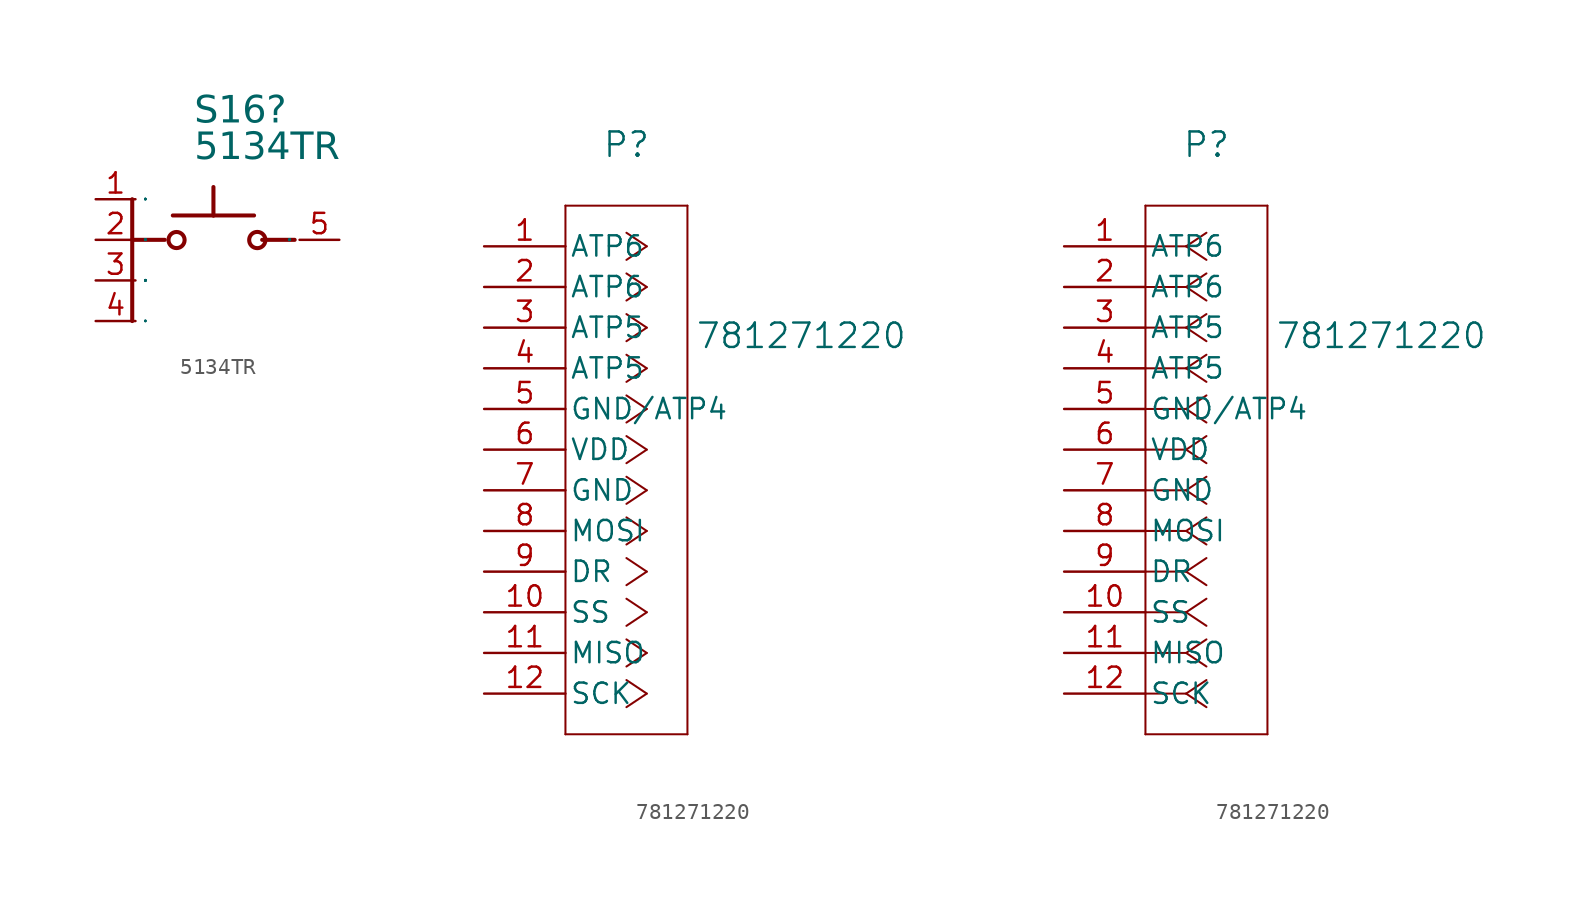
<source format=kicad_sym>
(kicad_symbol_lib
  (version 20241209)
  (generator "kicad_symbol_editor")
  (generator_version "9.0")
  (symbol "5134TR"
    (property "Reference" "S16"
      (at -1.448 9.792 0)
      (effects (font (face "Arial") (size 1.689 1.689)) (justify left top)))
    (property "Value" "5134TR"
      (at -1.448 7.506 0)
      (effects (font (face "Arial") (size 1.689 1.689)) (justify left top)))
    (symbol "5134TR_0_0"
      (polyline (pts (xy -5.334 3.302) (xy -5.334 -4.318)) (stroke (width 0.254) (type solid)) (fill (type none)))
      (polyline (pts (xy -5.334 0.762) (xy -3.302 0.762)) (stroke (width 0.254) (type solid)) (fill (type none)))
      (polyline (pts (xy -2.794 2.286) (xy -0.254 2.286)) (stroke (width 0.254) (type solid)) (fill (type none)))
      (arc (start -2.0574 0.7366) (mid -3.0738 0.7493) (end -2.0574 0.762) (stroke (width 0.254) (type solid)) (fill (type none)))
      (polyline (pts (xy -0.254 2.286) (xy -0.254 4.064)) (stroke (width 0.254) (type solid)) (fill (type none)))
      (polyline (pts (xy -0.254 2.286) (xy 2.286 2.286)) (stroke (width 0.254) (type solid)) (fill (type none)))
      (arc (start 2.9972 0.7366) (mid 1.9826 0.7507) (end 2.9972 0.762) (stroke (width 0.254) (type solid)) (fill (type none)))
      (polyline (pts (xy 4.826 0.762) (xy 2.794 0.762)) (stroke (width 0.254) (type solid)) (fill (type none)))
      (pin bidirectional line (at -7.62 3.302 0) (length 2.489) (name "1" (effects (font (size 0.025 0.025)))) (number "1" (effects (font (size 1.27 1.27)))))
      (pin bidirectional line (at -7.62 0.762 0) (length 2.489) (name "2" (effects (font (size 0.025 0.025)))) (number "2" (effects (font (size 1.27 1.27)))))
      (pin bidirectional line (at -7.62 -1.778 0) (length 2.489) (name "3" (effects (font (size 0.025 0.025)))) (number "3" (effects (font (size 1.27 1.27)))))
      (pin bidirectional line (at -7.62 -4.318 0) (length 2.489) (name "4" (effects (font (size 0.025 0.025)))) (number "4" (effects (font (size 1.27 1.27)))))
      (pin bidirectional line (at 7.62 0.762 180) (length 2.489) (name "5" (effects (font (size 0.025 0.025)))) (number "5" (effects (font (size 1.27 1.27)))))))
  (symbol "781271220"
    (pin_names
      (offset 0.254))
    (property "Reference" "P"
      (at 8.89 6.35 0)
      (effects (font (size 1.524 1.524))))
    (property "Value" "781271220"
      (at 19.812 -5.588 0)
      (effects (font (size 1.524 1.524))))
    (symbol "781271220_1_1"
      (polyline (pts (xy 5.08 2.54) (xy 5.08 -30.48)) (stroke (width 0.127) (type default)) (fill (type none)))
      (polyline (pts (xy 5.08 -30.48) (xy 12.7 -30.48)) (stroke (width 0.127) (type default)) (fill (type none)))
      (polyline (pts (xy 10.16 0) (xy 8.89 0.847)) (stroke (width 0.127) (type default)) (fill (type none)))
      (polyline (pts (xy 10.16 0) (xy 8.89 -0.847)) (stroke (width 0.127) (type default)) (fill (type none)))
      (polyline (pts (xy 10.16 -2.54) (xy 8.89 -1.693)) (stroke (width 0.127) (type default)) (fill (type none)))
      (polyline (pts (xy 10.16 -2.54) (xy 8.89 -3.387)) (stroke (width 0.127) (type default)) (fill (type none)))
      (polyline (pts (xy 10.16 -5.08) (xy 8.89 -4.233)) (stroke (width 0.127) (type default)) (fill (type none)))
      (polyline (pts (xy 10.16 -5.08) (xy 8.89 -5.927)) (stroke (width 0.127) (type default)) (fill (type none)))
      (polyline (pts (xy 10.16 -7.62) (xy 8.89 -6.773)) (stroke (width 0.127) (type default)) (fill (type none)))
      (polyline (pts (xy 10.16 -7.62) (xy 8.89 -8.467)) (stroke (width 0.127) (type default)) (fill (type none)))
      (polyline (pts (xy 10.16 -10.16) (xy 8.89 -9.313)) (stroke (width 0.127) (type default)) (fill (type none)))
      (polyline (pts (xy 10.16 -10.16) (xy 8.89 -11.007)) (stroke (width 0.127) (type default)) (fill (type none)))
      (polyline (pts (xy 10.16 -12.7) (xy 8.89 -11.853)) (stroke (width 0.127) (type default)) (fill (type none)))
      (polyline (pts (xy 10.16 -12.7) (xy 8.89 -13.547)) (stroke (width 0.127) (type default)) (fill (type none)))
      (polyline (pts (xy 10.16 -15.24) (xy 8.89 -14.393)) (stroke (width 0.127) (type default)) (fill (type none)))
      (polyline (pts (xy 10.16 -15.24) (xy 8.89 -16.087)) (stroke (width 0.127) (type default)) (fill (type none)))
      (polyline (pts (xy 10.16 -17.78) (xy 8.89 -16.933)) (stroke (width 0.127) (type default)) (fill (type none)))
      (polyline (pts (xy 10.16 -17.78) (xy 8.89 -18.627)) (stroke (width 0.127) (type default)) (fill (type none)))
      (polyline (pts (xy 10.16 -20.32) (xy 8.89 -19.473)) (stroke (width 0.127) (type default)) (fill (type none)))
      (polyline (pts (xy 10.16 -20.32) (xy 8.89 -21.167)) (stroke (width 0.127) (type default)) (fill (type none)))
      (polyline (pts (xy 10.16 -22.86) (xy 8.89 -22.013)) (stroke (width 0.127) (type default)) (fill (type none)))
      (polyline (pts (xy 10.16 -22.86) (xy 8.89 -23.707)) (stroke (width 0.127) (type default)) (fill (type none)))
      (polyline (pts (xy 10.16 -25.4) (xy 8.89 -24.553)) (stroke (width 0.127) (type default)) (fill (type none)))
      (polyline (pts (xy 10.16 -25.4) (xy 8.89 -26.247)) (stroke (width 0.127) (type default)) (fill (type none)))
      (polyline (pts (xy 10.16 -27.94) (xy 8.89 -27.093)) (stroke (width 0.127) (type default)) (fill (type none)))
      (polyline (pts (xy 10.16 -27.94) (xy 8.89 -28.787)) (stroke (width 0.127) (type default)) (fill (type none)))
      (polyline (pts (xy 12.7 2.54) (xy 5.08 2.54)) (stroke (width 0.127) (type default)) (fill (type none)))
      (polyline (pts (xy 12.7 -30.48) (xy 12.7 2.54)) (stroke (width 0.127) (type default)) (fill (type none)))
      (pin unspecified line (at 0 0 0) (length 5.08) (name "ATP6" (effects (font (size 1.27 1.27)))) (number "1" (effects (font (size 1.27 1.27)))))
      (pin unspecified line (at 0 -2.54 0) (length 5.08) (name "ATP6" (effects (font (size 1.27 1.27)))) (number "2" (effects (font (size 1.27 1.27)))))
      (pin unspecified line (at 0 -5.08 0) (length 5.08) (name "ATP5" (effects (font (size 1.27 1.27)))) (number "3" (effects (font (size 1.27 1.27)))))
      (pin unspecified line (at 0 -7.62 0) (length 5.08) (name "ATP5" (effects (font (size 1.27 1.27)))) (number "4" (effects (font (size 1.27 1.27)))))
      (pin unspecified line (at 0 -10.16 0) (length 5.08) (name "GND/ATP4" (effects (font (size 1.27 1.27)))) (number "5" (effects (font (size 1.27 1.27)))))
      (pin unspecified line (at 0 -12.7 0) (length 5.08) (name "VDD" (effects (font (size 1.27 1.27)))) (number "6" (effects (font (size 1.27 1.27)))))
      (pin unspecified line (at 0 -15.24 0) (length 5.08) (name "GND" (effects (font (size 1.27 1.27)))) (number "7" (effects (font (size 1.27 1.27)))))
      (pin unspecified line (at 0 -17.78 0) (length 5.08) (name "MOSI" (effects (font (size 1.27 1.27)))) (number "8" (effects (font (size 1.27 1.27)))))
      (pin unspecified line (at 0 -20.32 0) (length 5.08) (name "DR" (effects (font (size 1.27 1.27)))) (number "9" (effects (font (size 1.27 1.27)))))
      (pin unspecified line (at 0 -22.86 0) (length 5.08) (name "SS" (effects (font (size 1.27 1.27)))) (number "10" (effects (font (size 1.27 1.27)))))
      (pin unspecified line (at 0 -25.4 0) (length 5.08) (name "MISO" (effects (font (size 1.27 1.27)))) (number "11" (effects (font (size 1.27 1.27)))))
      (pin unspecified line (at 0 -27.94 0) (length 5.08) (name "SCK" (effects (font (size 1.27 1.27)))) (number "12" (effects (font (size 1.27 1.27))))))
    (symbol "781271220_1_2"
      (polyline (pts (xy 5.08 2.54) (xy 5.08 -30.48)) (stroke (width 0.127) (type default)) (fill (type none)))
      (polyline (pts (xy 5.08 -30.48) (xy 12.7 -30.48)) (stroke (width 0.127) (type default)) (fill (type none)))
      (polyline (pts (xy 7.62 0) (xy 5.08 0)) (stroke (width 0.127) (type default)) (fill (type none)))
      (polyline (pts (xy 7.62 0) (xy 8.89 0.847)) (stroke (width 0.127) (type default)) (fill (type none)))
      (polyline (pts (xy 7.62 0) (xy 8.89 -0.847)) (stroke (width 0.127) (type default)) (fill (type none)))
      (polyline (pts (xy 7.62 -2.54) (xy 5.08 -2.54)) (stroke (width 0.127) (type default)) (fill (type none)))
      (polyline (pts (xy 7.62 -2.54) (xy 8.89 -1.693)) (stroke (width 0.127) (type default)) (fill (type none)))
      (polyline (pts (xy 7.62 -2.54) (xy 8.89 -3.387)) (stroke (width 0.127) (type default)) (fill (type none)))
      (polyline (pts (xy 7.62 -5.08) (xy 5.08 -5.08)) (stroke (width 0.127) (type default)) (fill (type none)))
      (polyline (pts (xy 7.62 -5.08) (xy 8.89 -4.233)) (stroke (width 0.127) (type default)) (fill (type none)))
      (polyline (pts (xy 7.62 -5.08) (xy 8.89 -5.927)) (stroke (width 0.127) (type default)) (fill (type none)))
      (polyline (pts (xy 7.62 -7.62) (xy 5.08 -7.62)) (stroke (width 0.127) (type default)) (fill (type none)))
      (polyline (pts (xy 7.62 -7.62) (xy 8.89 -6.773)) (stroke (width 0.127) (type default)) (fill (type none)))
      (polyline (pts (xy 7.62 -7.62) (xy 8.89 -8.467)) (stroke (width 0.127) (type default)) (fill (type none)))
      (polyline (pts (xy 7.62 -10.16) (xy 5.08 -10.16)) (stroke (width 0.127) (type default)) (fill (type none)))
      (polyline (pts (xy 7.62 -10.16) (xy 8.89 -9.313)) (stroke (width 0.127) (type default)) (fill (type none)))
      (polyline (pts (xy 7.62 -10.16) (xy 8.89 -11.007)) (stroke (width 0.127) (type default)) (fill (type none)))
      (polyline (pts (xy 7.62 -12.7) (xy 5.08 -12.7)) (stroke (width 0.127) (type default)) (fill (type none)))
      (polyline (pts (xy 7.62 -12.7) (xy 8.89 -11.853)) (stroke (width 0.127) (type default)) (fill (type none)))
      (polyline (pts (xy 7.62 -12.7) (xy 8.89 -13.547)) (stroke (width 0.127) (type default)) (fill (type none)))
      (polyline (pts (xy 7.62 -15.24) (xy 5.08 -15.24)) (stroke (width 0.127) (type default)) (fill (type none)))
      (polyline (pts (xy 7.62 -15.24) (xy 8.89 -14.393)) (stroke (width 0.127) (type default)) (fill (type none)))
      (polyline (pts (xy 7.62 -15.24) (xy 8.89 -16.087)) (stroke (width 0.127) (type default)) (fill (type none)))
      (polyline (pts (xy 7.62 -17.78) (xy 5.08 -17.78)) (stroke (width 0.127) (type default)) (fill (type none)))
      (polyline (pts (xy 7.62 -17.78) (xy 8.89 -16.933)) (stroke (width 0.127) (type default)) (fill (type none)))
      (polyline (pts (xy 7.62 -17.78) (xy 8.89 -18.627)) (stroke (width 0.127) (type default)) (fill (type none)))
      (polyline (pts (xy 7.62 -20.32) (xy 5.08 -20.32)) (stroke (width 0.127) (type default)) (fill (type none)))
      (polyline (pts (xy 7.62 -20.32) (xy 8.89 -19.473)) (stroke (width 0.127) (type default)) (fill (type none)))
      (polyline (pts (xy 7.62 -20.32) (xy 8.89 -21.167)) (stroke (width 0.127) (type default)) (fill (type none)))
      (polyline (pts (xy 7.62 -22.86) (xy 5.08 -22.86)) (stroke (width 0.127) (type default)) (fill (type none)))
      (polyline (pts (xy 7.62 -22.86) (xy 8.89 -22.013)) (stroke (width 0.127) (type default)) (fill (type none)))
      (polyline (pts (xy 7.62 -22.86) (xy 8.89 -23.707)) (stroke (width 0.127) (type default)) (fill (type none)))
      (polyline (pts (xy 7.62 -25.4) (xy 5.08 -25.4)) (stroke (width 0.127) (type default)) (fill (type none)))
      (polyline (pts (xy 7.62 -25.4) (xy 8.89 -24.553)) (stroke (width 0.127) (type default)) (fill (type none)))
      (polyline (pts (xy 7.62 -25.4) (xy 8.89 -26.247)) (stroke (width 0.127) (type default)) (fill (type none)))
      (polyline (pts (xy 7.62 -27.94) (xy 5.08 -27.94)) (stroke (width 0.127) (type default)) (fill (type none)))
      (polyline (pts (xy 7.62 -27.94) (xy 8.89 -27.093)) (stroke (width 0.127) (type default)) (fill (type none)))
      (polyline (pts (xy 7.62 -27.94) (xy 8.89 -28.787)) (stroke (width 0.127) (type default)) (fill (type none)))
      (polyline (pts (xy 12.7 2.54) (xy 5.08 2.54)) (stroke (width 0.127) (type default)) (fill (type none)))
      (polyline (pts (xy 12.7 -30.48) (xy 12.7 2.54)) (stroke (width 0.127) (type default)) (fill (type none)))
      (pin unspecified line (at 0 0 0) (length 5.08) (name "ATP6" (effects (font (size 1.27 1.27)))) (number "1" (effects (font (size 1.27 1.27)))))
      (pin unspecified line (at 0 -2.54 0) (length 5.08) (name "ATP6" (effects (font (size 1.27 1.27)))) (number "2" (effects (font (size 1.27 1.27)))))
      (pin unspecified line (at 0 -5.08 0) (length 5.08) (name "ATP5" (effects (font (size 1.27 1.27)))) (number "3" (effects (font (size 1.27 1.27)))))
      (pin unspecified line (at 0 -7.62 0) (length 5.08) (name "ATP5" (effects (font (size 1.27 1.27)))) (number "4" (effects (font (size 1.27 1.27)))))
      (pin unspecified line (at 0 -10.16 0) (length 5.08) (name "GND/ATP4" (effects (font (size 1.27 1.27)))) (number "5" (effects (font (size 1.27 1.27)))))
      (pin unspecified line (at 0 -12.7 0) (length 5.08) (name "VDD" (effects (font (size 1.27 1.27)))) (number "6" (effects (font (size 1.27 1.27)))))
      (pin unspecified line (at 0 -15.24 0) (length 5.08) (name "GND" (effects (font (size 1.27 1.27)))) (number "7" (effects (font (size 1.27 1.27)))))
      (pin unspecified line (at 0 -17.78 0) (length 5.08) (name "MOSI" (effects (font (size 1.27 1.27)))) (number "8" (effects (font (size 1.27 1.27)))))
      (pin unspecified line (at 0 -20.32 0) (length 5.08) (name "DR" (effects (font (size 1.27 1.27)))) (number "9" (effects (font (size 1.27 1.27)))))
      (pin unspecified line (at 0 -22.86 0) (length 5.08) (name "SS" (effects (font (size 1.27 1.27)))) (number "10" (effects (font (size 1.27 1.27)))))
      (pin unspecified line (at 0 -25.4 0) (length 5.08) (name "MISO" (effects (font (size 1.27 1.27)))) (number "11" (effects (font (size 1.27 1.27)))))
      (pin unspecified line (at 0 -27.94 0) (length 5.08) (name "SCK" (effects (font (size 1.27 1.27)))) (number "12" (effects (font (size 1.27 1.27))))))))
</source>
